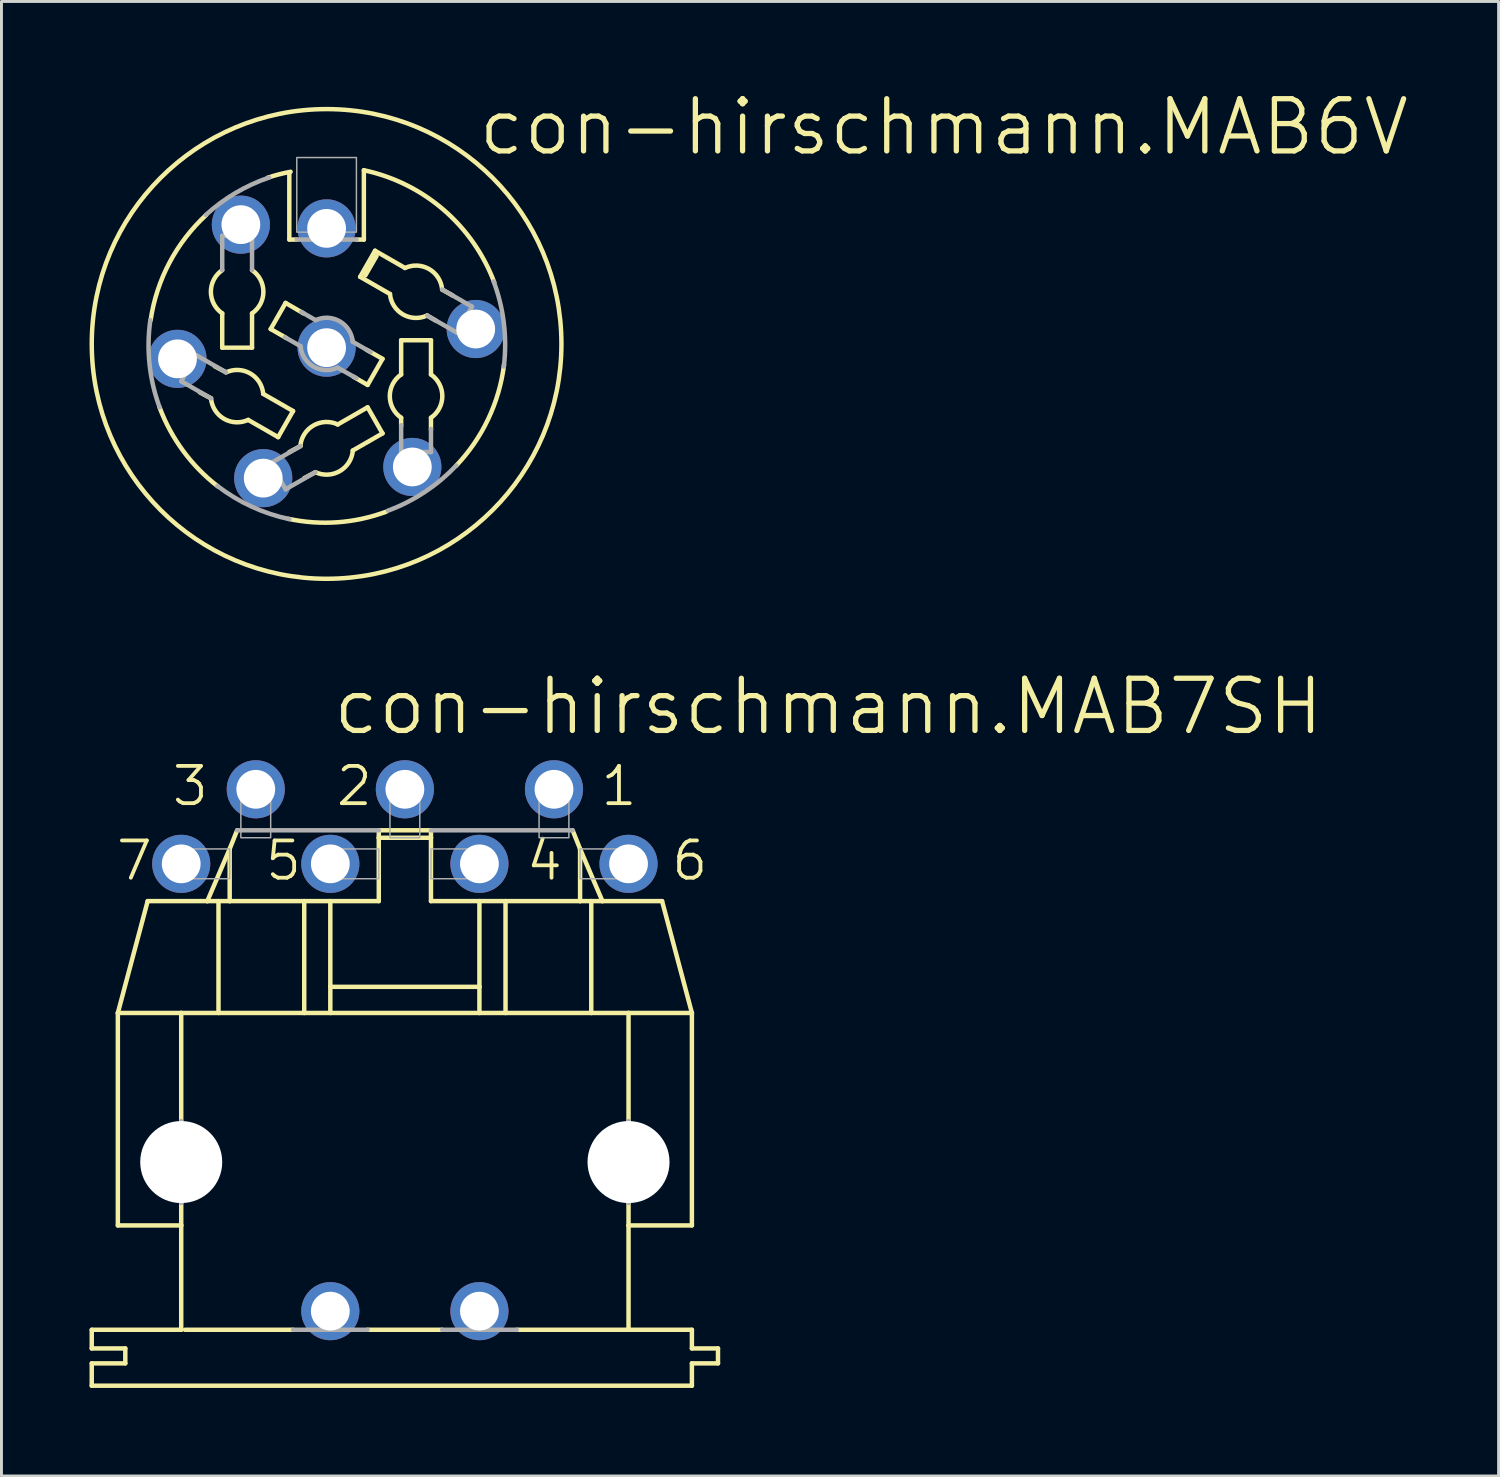
<source format=kicad_pcb>
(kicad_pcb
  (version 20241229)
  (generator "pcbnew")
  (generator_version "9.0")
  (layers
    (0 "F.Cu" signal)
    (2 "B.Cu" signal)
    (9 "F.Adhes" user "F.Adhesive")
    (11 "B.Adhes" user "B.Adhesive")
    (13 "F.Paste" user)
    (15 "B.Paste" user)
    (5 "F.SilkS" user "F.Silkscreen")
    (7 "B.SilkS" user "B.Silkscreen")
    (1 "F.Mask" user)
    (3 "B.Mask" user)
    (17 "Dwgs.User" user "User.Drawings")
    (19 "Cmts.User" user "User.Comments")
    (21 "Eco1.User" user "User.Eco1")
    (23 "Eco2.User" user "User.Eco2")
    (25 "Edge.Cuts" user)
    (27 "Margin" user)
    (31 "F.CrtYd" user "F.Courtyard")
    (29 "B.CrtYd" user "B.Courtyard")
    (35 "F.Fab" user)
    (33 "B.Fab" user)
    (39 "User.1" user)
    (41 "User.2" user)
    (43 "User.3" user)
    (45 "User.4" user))
  (footprint "con-hirschmann.MAB6V"
    (layer "F.Cu")
    (at 8.077 8.668)
    (property "Reference" "con-hirschmann.MAB6V" (at 5.08 -6.35 0) (layer "F.SilkS") (effects (font (size 1.778 1.778) (thickness 0.18)) (justify left bottom)))
    (attr through_hole)
    (fp_line (start -3.937 1.854) (end -4.318 1.651) (stroke (width 0.152) (type default)) (layer "F.SilkS"))
    (fp_line (start -3.81 0.762) (end -3.429 0.965) (stroke (width 0.152) (type default)) (layer "F.SilkS"))
    (fp_line (start -3.556 0.127) (end -3.556 -1.041) (stroke (width 0.152) (type default)) (layer "F.SilkS"))
    (fp_line (start -2.54 -1.041) (end -2.54 0.127) (stroke (width 0.152) (type default)) (layer "F.SilkS"))
    (fp_line (start -2.54 0.127) (end -3.556 0.127) (stroke (width 0.152) (type default)) (layer "F.SilkS"))
    (fp_line (start -2.159 1.702) (end -1.143 2.286) (stroke (width 0.152) (type default)) (layer "F.SilkS"))
    (fp_line (start -1.905 -0.508) (end -1.397 -1.397) (stroke (width 0.152) (type default)) (layer "F.SilkS"))
    (fp_line (start -1.651 3.175) (end -2.667 2.591) (stroke (width 0.152) (type default)) (layer "F.SilkS"))
    (fp_line (start -1.397 -1.397) (end -0.787 -1.041) (stroke (width 0.152) (type default)) (layer "F.SilkS"))
    (fp_line (start -1.372 -0.203) (end -1.905 -0.508) (stroke (width 0.152) (type default)) (layer "F.SilkS"))
    (fp_line (start -1.27 -5.842) (end -1.27 -3.556) (stroke (width 0.152) (type default)) (layer "F.SilkS"))
    (fp_line (start -1.27 3.683) (end -0.889 3.48) (stroke (width 0.152) (type default)) (layer "F.SilkS"))
    (fp_line (start -1.143 2.286) (end -1.651 3.175) (stroke (width 0.152) (type default)) (layer "F.SilkS"))
    (fp_line (start -1.016 -3.556) (end -1.27 -3.556) (stroke (width 0.152) (type default)) (layer "F.SilkS"))
    (fp_line (start -0.381 4.369) (end -0.762 4.572) (stroke (width 0.152) (type default)) (layer "F.SilkS"))
    (fp_line (start 0.381 2.743) (end 1.397 2.159) (stroke (width 0.152) (type default)) (layer "F.SilkS"))
    (fp_line (start 1.143 -2.286) (end 1.651 -3.175) (stroke (width 0.152) (type default)) (layer "F.SilkS"))
    (fp_line (start 1.27 -3.556) (end 1.016 -3.556) (stroke (width 0.152) (type default)) (layer "F.SilkS"))
    (fp_line (start 1.27 -3.556) (end 1.27 -5.918) (stroke (width 0.152) (type default)) (layer "F.SilkS"))
    (fp_line (start 1.321 -2.337) (end 1.702 -2.997) (stroke (width 0.152) (type default)) (layer "F.SilkS"))
    (fp_line (start 1.372 0.203) (end 1.905 0.508) (stroke (width 0.152) (type default)) (layer "F.SilkS"))
    (fp_line (start 1.397 1.397) (end 0.914 1.118) (stroke (width 0.152) (type default)) (layer "F.SilkS"))
    (fp_line (start 1.397 2.159) (end 1.905 3.048) (stroke (width 0.152) (type default)) (layer "F.SilkS"))
    (fp_line (start 1.651 -3.175) (end 2.667 -2.591) (stroke (width 0.152) (type default)) (layer "F.SilkS"))
    (fp_line (start 1.905 0.508) (end 1.397 1.397) (stroke (width 0.152) (type default)) (layer "F.SilkS"))
    (fp_line (start 1.905 3.048) (end 0.889 3.632) (stroke (width 0.152) (type default)) (layer "F.SilkS"))
    (fp_line (start 2.159 -1.702) (end 1.143 -2.286) (stroke (width 0.152) (type default)) (layer "F.SilkS"))
    (fp_line (start 2.54 -0.127) (end 3.556 -0.127) (stroke (width 0.152) (type default)) (layer "F.SilkS"))
    (fp_line (start 2.54 1.041) (end 2.54 -0.127) (stroke (width 0.152) (type default)) (layer "F.SilkS"))
    (fp_line (start 2.54 2.794) (end 2.54 2.515) (stroke (width 0.152) (type default)) (layer "F.SilkS"))
    (fp_line (start 3.556 -0.127) (end 3.556 1.041) (stroke (width 0.152) (type default)) (layer "F.SilkS"))
    (fp_line (start 3.556 2.515) (end 3.556 2.921) (stroke (width 0.152) (type default)) (layer "F.SilkS"))
    (fp_line (start 3.734 -0.787) (end 3.429 -0.965) (stroke (width 0.152) (type default)) (layer "F.SilkS"))
    (fp_line (start 3.937 -1.854) (end 4.293 -1.651) (stroke (width 0.152) (type default)) (layer "F.SilkS"))
    (fp_arc (start -5.9944 -0.8128) (mid -5.355503 -2.765458) (end -4.1032 -4.3942) (stroke (width 0.1524) (type default)) (layer "F.SilkS"))
    (fp_arc (start -3.7083 4.8513) (mid -4.885821 3.646243) (end -5.6889 2.1651) (stroke (width 0.1524) (type default)) (layer "F.SilkS"))
    (fp_arc (start -3.556 -1.0414) (mid -3.942785 -1.778) (end -3.556 -2.5146) (stroke (width 0.1524) (type default)) (layer "F.SilkS"))
    (fp_arc (start -3.4267 0.9701) (mid -2.601962 1.005229) (end -2.159 1.7018) (stroke (width 0.1524) (type default)) (layer "F.SilkS"))
    (fp_arc (start -2.6693 2.5859) (mid -3.494038 2.550771) (end -3.937 1.8542) (stroke (width 0.1524) (type default)) (layer "F.SilkS"))
    (fp_arc (start -2.54 -2.5146) (mid -2.153215 -1.778) (end -2.54 -1.0414) (stroke (width 0.1524) (type default)) (layer "F.SilkS"))
    (fp_arc (start -2.0066 -5.6642) (mid -1.620388 -5.777769) (end -1.2275 -5.8655) (stroke (width 0.1524) (type default)) (layer "F.SilkS"))
    (fp_arc (start -0.8944 3.4793) (mid -0.448732 2.778527) (end 0.381 2.7432) (stroke (width 0.1524) (type default)) (layer "F.SilkS"))
    (fp_arc (start 0.8944 3.6327) (mid 0.448732 4.333473) (end -0.381 4.3688) (stroke (width 0.1524) (type default)) (layer "F.SilkS"))
    (fp_arc (start 1.27 -5.9182) (mid 3.981703 -4.573874) (end 5.714 -2.092) (stroke (width 0.1524) (type default)) (layer "F.SilkS"))
    (fp_arc (start 2.032 5.715) (mid 0.377411 6.075138) (end -1.3117 5.9557) (stroke (width 0.1524) (type default)) (layer "F.SilkS"))
    (fp_arc (start 2.54 2.5146) (mid 2.153215 1.778) (end 2.54 1.0414) (stroke (width 0.1524) (type default)) (layer "F.SilkS"))
    (fp_arc (start 2.6693 -2.5859) (mid 3.494038 -2.550771) (end 3.937 -1.8542) (stroke (width 0.1524) (type default)) (layer "F.SilkS"))
    (fp_arc (start 3.4267 -0.9701) (mid 2.601962 -1.005229) (end 2.159 -1.7018) (stroke (width 0.1524) (type default)) (layer "F.SilkS"))
    (fp_arc (start 3.556 1.0414) (mid 3.942785 1.778) (end 3.556 2.5146) (stroke (width 0.1524) (type default)) (layer "F.SilkS"))
    (fp_arc (start 6.0452 0.7112) (mid 5.504351 2.5621) (end 4.4122 4.1513) (stroke (width 0.1524) (type default)) (layer "F.SilkS"))
    (fp_circle (center 0 0) (end 8.001 0) (stroke (width 0.152) (type default)) (fill no) (layer "F.SilkS"))
    (fp_line (start -4.953 1.27) (end -4.445 0.381) (stroke (width 0.152) (type default)) (layer "F.Fab"))
    (fp_line (start -4.445 0.381) (end -3.429 0.965) (stroke (width 0.152) (type default)) (layer "F.Fab"))
    (fp_line (start -3.937 1.854) (end -4.953 1.27) (stroke (width 0.152) (type default)) (layer "F.Fab"))
    (fp_line (start -3.556 -3.683) (end -2.54 -3.683) (stroke (width 0.152) (type default)) (layer "F.Fab"))
    (fp_line (start -3.556 -2.515) (end -3.556 -3.683) (stroke (width 0.152) (type default)) (layer "F.Fab"))
    (fp_line (start -2.54 -3.683) (end -2.54 -2.515) (stroke (width 0.152) (type default)) (layer "F.Fab"))
    (fp_line (start -1.905 4.064) (end -0.889 3.48) (stroke (width 0.152) (type default)) (layer "F.Fab"))
    (fp_line (start -1.397 4.953) (end -1.905 4.064) (stroke (width 0.152) (type default)) (layer "F.Fab"))
    (fp_line (start -1.016 -3.556) (end 1.016 -3.556) (stroke (width 0.152) (type default)) (layer "F.Fab"))
    (fp_line (start -0.889 0.076) (end -1.422 -0.229) (stroke (width 0.152) (type default)) (layer "F.Fab"))
    (fp_line (start -0.864 -1.092) (end -0.381 -0.813) (stroke (width 0.152) (type default)) (layer "F.Fab"))
    (fp_line (start -0.381 4.369) (end -1.397 4.953) (stroke (width 0.152) (type default)) (layer "F.Fab"))
    (fp_line (start 0.889 -0.076) (end 1.499 0.279) (stroke (width 0.152) (type default)) (layer "F.Fab"))
    (fp_line (start 1.016 1.168) (end 0.381 0.813) (stroke (width 0.152) (type default)) (layer "F.Fab"))
    (fp_line (start 2.54 3.683) (end 2.54 2.769) (stroke (width 0.152) (type default)) (layer "F.Fab"))
    (fp_line (start 3.556 2.896) (end 3.556 3.683) (stroke (width 0.152) (type default)) (layer "F.Fab"))
    (fp_line (start 3.556 3.683) (end 2.54 3.683) (stroke (width 0.152) (type default)) (layer "F.Fab"))
    (fp_line (start 3.937 -1.854) (end 4.953 -1.27) (stroke (width 0.152) (type default)) (layer "F.Fab"))
    (fp_line (start 4.445 -0.381) (end 3.429 -0.965) (stroke (width 0.152) (type default)) (layer "F.Fab"))
    (fp_line (start 4.953 -1.27) (end 4.445 -0.381) (stroke (width 0.152) (type default)) (layer "F.Fab"))
    (fp_rect (start -1.016 -3.81) (end 1.016 -6.35) (stroke (width 0.05) (type default)) (fill no) (layer "F.Fab"))
    (fp_arc (start -5.6895 2.159) (mid -6.031787 0.695684) (end -6.0054 -0.8069) (stroke (width 0.1524) (type default)) (layer "F.Fab"))
    (fp_arc (start -4.1148 -4.3942) (mid -3.102582 -5.144164) (end -1.9578 -5.67) (stroke (width 0.1524) (type default)) (layer "F.Fab"))
    (fp_arc (start -1.27 5.969) (mid -2.558773 5.540267) (end -3.7208 4.8371) (stroke (width 0.1524) (type default)) (layer "F.Fab"))
    (fp_arc (start -0.3787 -0.8079) (mid 0.446038 -0.772771) (end 0.889 -0.0762) (stroke (width 0.1524) (type default)) (layer "F.Fab"))
    (fp_arc (start 0.3787 0.8079) (mid -0.446038 0.772771) (end -0.889 0.0762) (stroke (width 0.1524) (type default)) (layer "F.Fab"))
    (fp_arc (start 4.4196 4.1402) (mid 3.345063 5.044542) (end 2.0924 5.6796) (stroke (width 0.1524) (type default)) (layer "F.Fab"))
    (fp_arc (start 5.6896 -2.1336) (mid 6.040101 -0.70402) (end 6.0385 0.7679) (stroke (width 0.1524) (type default)) (layer "F.Fab"))
    (pad "1" thru_hole circle (at 5.08 -0.508) (size 1.981 1.981) (drill 1.321) (layers "*.Cu" "*.Mask"))
    (pad "2" thru_hole circle (at 2.921 4.191) (size 1.981 1.981) (drill 1.321) (layers "*.Cu" "*.Mask"))
    (pad "3" thru_hole circle (at -2.159 4.572) (size 1.981 1.981) (drill 1.321) (layers "*.Cu" "*.Mask"))
    (pad "4" thru_hole circle (at -5.08 0.508) (size 1.981 1.981) (drill 1.321) (layers "*.Cu" "*.Mask"))
    (pad "5" thru_hole circle (at -2.921 -4.064) (size 1.981 1.981) (drill 1.321) (layers "*.Cu" "*.Mask"))
    (pad "6" thru_hole circle (at 0 0.127) (size 1.981 1.981) (drill 1.321) (layers "*.Cu" "*.Mask"))
    (pad "PE" thru_hole circle (at 0 -3.937) (size 1.981 1.981) (drill 1.321) (layers "*.Cu" "*.Mask")))
  (footprint "con-hirschmann.MAB7SH"
    (layer "F.Cu")
    (at 10.744 36.541)
    (property "Reference" "con-hirschmann.MAB7SH" (at -2.54 -14.478 0) (layer "F.SilkS") (effects (font (size 1.778 1.778) (thickness 0.18)) (justify left bottom)))
    (attr through_hole)
    (fp_line (start -10.668 6.35) (end -10.668 5.715) (stroke (width 0.152) (type default)) (layer "F.SilkS"))
    (fp_line (start -10.668 6.35) (end -9.525 6.35) (stroke (width 0.152) (type default)) (layer "F.SilkS"))
    (fp_line (start -10.668 7.62) (end -10.668 6.858) (stroke (width 0.152) (type default)) (layer "F.SilkS"))
    (fp_line (start -10.668 7.62) (end 9.779 7.62) (stroke (width 0.152) (type default)) (layer "F.SilkS"))
    (fp_line (start -9.779 2.159) (end -9.779 -5.08) (stroke (width 0.152) (type default)) (layer "F.SilkS"))
    (fp_line (start -9.779 2.159) (end -7.62 2.159) (stroke (width 0.152) (type default)) (layer "F.SilkS"))
    (fp_line (start -9.525 6.858) (end -10.668 6.858) (stroke (width 0.152) (type default)) (layer "F.SilkS"))
    (fp_line (start -9.525 6.858) (end -9.525 6.35) (stroke (width 0.152) (type default)) (layer "F.SilkS"))
    (fp_line (start -8.763 -8.89) (end -9.779 -5.08) (stroke (width 0.152) (type default)) (layer "F.SilkS"))
    (fp_line (start -8.763 -8.89) (end -6.731 -8.89) (stroke (width 0.152) (type default)) (layer "F.SilkS"))
    (fp_line (start -7.62 -5.08) (end -9.779 -5.08) (stroke (width 0.152) (type default)) (layer "F.SilkS"))
    (fp_line (start -7.62 -5.08) (end -7.62 -1.397) (stroke (width 0.152) (type default)) (layer "F.SilkS"))
    (fp_line (start -7.62 2.159) (end -7.62 1.397) (stroke (width 0.152) (type default)) (layer "F.SilkS"))
    (fp_line (start -7.62 5.715) (end -10.668 5.715) (stroke (width 0.152) (type default)) (layer "F.SilkS"))
    (fp_line (start -7.62 5.715) (end -7.62 2.159) (stroke (width 0.152) (type default)) (layer "F.SilkS"))
    (fp_line (start -7.493 5.715) (end -3.81 5.715) (stroke (width 0.152) (type default)) (layer "F.SilkS"))
    (fp_line (start -6.731 -8.89) (end -5.969 -10.668) (stroke (width 0.152) (type default)) (layer "F.SilkS"))
    (fp_line (start -6.35 -8.89) (end -6.731 -8.89) (stroke (width 0.152) (type default)) (layer "F.SilkS"))
    (fp_line (start -6.35 -8.89) (end -6.35 -5.08) (stroke (width 0.152) (type default)) (layer "F.SilkS"))
    (fp_line (start -6.35 -5.08) (end -7.62 -5.08) (stroke (width 0.152) (type default)) (layer "F.SilkS"))
    (fp_line (start -5.969 -10.668) (end -5.969 -8.89) (stroke (width 0.152) (type default)) (layer "F.SilkS"))
    (fp_line (start -5.969 -10.668) (end -5.715 -11.303) (stroke (width 0.152) (type default)) (layer "F.SilkS"))
    (fp_line (start -5.969 -8.89) (end -6.35 -8.89) (stroke (width 0.152) (type default)) (layer "F.SilkS"))
    (fp_line (start -3.429 -8.89) (end -5.969 -8.89) (stroke (width 0.152) (type default)) (layer "F.SilkS"))
    (fp_line (start -3.429 -8.89) (end -3.429 -5.08) (stroke (width 0.152) (type default)) (layer "F.SilkS"))
    (fp_line (start -3.429 -5.08) (end -6.35 -5.08) (stroke (width 0.152) (type default)) (layer "F.SilkS"))
    (fp_line (start -2.54 -8.89) (end -3.429 -8.89) (stroke (width 0.152) (type default)) (layer "F.SilkS"))
    (fp_line (start -2.54 -8.89) (end -2.54 -5.969) (stroke (width 0.152) (type default)) (layer "F.SilkS"))
    (fp_line (start -2.54 -8.89) (end -0.889 -8.89) (stroke (width 0.152) (type default)) (layer "F.SilkS"))
    (fp_line (start -2.54 -5.969) (end -2.54 -5.08) (stroke (width 0.152) (type default)) (layer "F.SilkS"))
    (fp_line (start -2.54 -5.969) (end 2.54 -5.969) (stroke (width 0.152) (type default)) (layer "F.SilkS"))
    (fp_line (start -2.54 -5.08) (end -3.429 -5.08) (stroke (width 0.152) (type default)) (layer "F.SilkS"))
    (fp_line (start -1.27 5.715) (end 1.27 5.715) (stroke (width 0.152) (type default)) (layer "F.SilkS"))
    (fp_line (start -0.889 -11.049) (end -0.889 -11.303) (stroke (width 0.152) (type default)) (layer "F.SilkS"))
    (fp_line (start -0.889 -11.049) (end 0.889 -11.049) (stroke (width 0.152) (type default)) (layer "F.SilkS"))
    (fp_line (start -0.889 -8.89) (end -0.889 -11.049) (stroke (width 0.152) (type default)) (layer "F.SilkS"))
    (fp_line (start 0.889 -11.303) (end -0.889 -11.303) (stroke (width 0.152) (type default)) (layer "F.SilkS"))
    (fp_line (start 0.889 -11.303) (end 0.889 -11.049) (stroke (width 0.152) (type default)) (layer "F.SilkS"))
    (fp_line (start 0.889 -11.049) (end 0.889 -8.89) (stroke (width 0.152) (type default)) (layer "F.SilkS"))
    (fp_line (start 2.54 -8.89) (end 0.889 -8.89) (stroke (width 0.152) (type default)) (layer "F.SilkS"))
    (fp_line (start 2.54 -8.89) (end 2.54 -5.969) (stroke (width 0.152) (type default)) (layer "F.SilkS"))
    (fp_line (start 2.54 -5.969) (end 2.54 -5.08) (stroke (width 0.152) (type default)) (layer "F.SilkS"))
    (fp_line (start 2.54 -5.08) (end -2.54 -5.08) (stroke (width 0.152) (type default)) (layer "F.SilkS"))
    (fp_line (start 3.429 -8.89) (end 2.54 -8.89) (stroke (width 0.152) (type default)) (layer "F.SilkS"))
    (fp_line (start 3.429 -8.89) (end 3.429 -5.08) (stroke (width 0.152) (type default)) (layer "F.SilkS"))
    (fp_line (start 3.429 -5.08) (end 2.54 -5.08) (stroke (width 0.152) (type default)) (layer "F.SilkS"))
    (fp_line (start 3.81 5.715) (end 7.62 5.715) (stroke (width 0.152) (type default)) (layer "F.SilkS"))
    (fp_line (start 5.715 -11.303) (end 5.969 -10.668) (stroke (width 0.152) (type default)) (layer "F.SilkS"))
    (fp_line (start 5.969 -10.668) (end 5.969 -8.89) (stroke (width 0.152) (type default)) (layer "F.SilkS"))
    (fp_line (start 5.969 -10.668) (end 6.731 -8.89) (stroke (width 0.152) (type default)) (layer "F.SilkS"))
    (fp_line (start 5.969 -8.89) (end 3.429 -8.89) (stroke (width 0.152) (type default)) (layer "F.SilkS"))
    (fp_line (start 6.35 -8.89) (end 5.969 -8.89) (stroke (width 0.152) (type default)) (layer "F.SilkS"))
    (fp_line (start 6.35 -8.89) (end 6.35 -5.08) (stroke (width 0.152) (type default)) (layer "F.SilkS"))
    (fp_line (start 6.35 -5.08) (end 3.429 -5.08) (stroke (width 0.152) (type default)) (layer "F.SilkS"))
    (fp_line (start 6.731 -8.89) (end 6.35 -8.89) (stroke (width 0.152) (type default)) (layer "F.SilkS"))
    (fp_line (start 7.62 -5.08) (end 6.35 -5.08) (stroke (width 0.152) (type default)) (layer "F.SilkS"))
    (fp_line (start 7.62 -5.08) (end 7.62 -1.397) (stroke (width 0.152) (type default)) (layer "F.SilkS"))
    (fp_line (start 7.62 2.159) (end 7.62 1.397) (stroke (width 0.152) (type default)) (layer "F.SilkS"))
    (fp_line (start 7.62 5.715) (end 7.62 2.159) (stroke (width 0.152) (type default)) (layer "F.SilkS"))
    (fp_line (start 8.763 -8.89) (end 6.731 -8.89) (stroke (width 0.152) (type default)) (layer "F.SilkS"))
    (fp_line (start 8.763 -8.89) (end 9.779 -5.08) (stroke (width 0.152) (type default)) (layer "F.SilkS"))
    (fp_line (start 9.779 -5.08) (end 7.62 -5.08) (stroke (width 0.152) (type default)) (layer "F.SilkS"))
    (fp_line (start 9.779 2.159) (end 7.62 2.159) (stroke (width 0.152) (type default)) (layer "F.SilkS"))
    (fp_line (start 9.779 2.159) (end 9.779 -5.08) (stroke (width 0.152) (type default)) (layer "F.SilkS"))
    (fp_line (start 9.779 5.715) (end 7.62 5.715) (stroke (width 0.152) (type default)) (layer "F.SilkS"))
    (fp_line (start 9.779 5.715) (end 9.779 6.35) (stroke (width 0.152) (type default)) (layer "F.SilkS"))
    (fp_line (start 9.779 7.62) (end 9.779 6.858) (stroke (width 0.152) (type default)) (layer "F.SilkS"))
    (fp_line (start 10.668 6.35) (end 9.779 6.35) (stroke (width 0.152) (type default)) (layer "F.SilkS"))
    (fp_line (start 10.668 6.858) (end 9.779 6.858) (stroke (width 0.152) (type default)) (layer "F.SilkS"))
    (fp_line (start 10.668 6.858) (end 10.668 6.35) (stroke (width 0.152) (type default)) (layer "F.SilkS"))
    (fp_line (start -7.62 -1.397) (end -7.62 1.397) (stroke (width 0.152) (type default)) (layer "F.Fab"))
    (fp_line (start -1.27 5.715) (end -3.81 5.715) (stroke (width 0.152) (type default)) (layer "F.Fab"))
    (fp_line (start -0.889 -11.303) (end -5.715 -11.303) (stroke (width 0.152) (type default)) (layer "F.Fab"))
    (fp_line (start 3.81 5.715) (end 1.27 5.715) (stroke (width 0.152) (type default)) (layer "F.Fab"))
    (fp_line (start 5.715 -11.303) (end 0.889 -11.303) (stroke (width 0.152) (type default)) (layer "F.Fab"))
    (fp_line (start 7.62 -1.397) (end 7.62 1.397) (stroke (width 0.152) (type default)) (layer "F.Fab"))
    (fp_rect (start -8.001 -9.652) (end -5.969 -10.668) (stroke (width 0.05) (type default)) (fill no) (layer "F.Fab"))
    (fp_rect (start -5.588 -11.049) (end -4.572 -13.081) (stroke (width 0.05) (type default)) (fill no) (layer "F.Fab"))
    (fp_rect (start -2.921 -9.652) (end -0.889 -10.668) (stroke (width 0.05) (type default)) (fill no) (layer "F.Fab"))
    (fp_rect (start -0.508 -11.049) (end 0.508 -13.081) (stroke (width 0.05) (type default)) (fill no) (layer "F.Fab"))
    (fp_rect (start 0.889 -9.652) (end 2.921 -10.668) (stroke (width 0.05) (type default)) (fill no) (layer "F.Fab"))
    (fp_rect (start 4.572 -11.049) (end 5.588 -13.081) (stroke (width 0.05) (type default)) (fill no) (layer "F.Fab"))
    (fp_rect (start 5.969 -9.652) (end 8.001 -10.668) (stroke (width 0.05) (type default)) (fill no) (layer "F.Fab"))
    (fp_text user "3" (at -8.001 -12.065 0) (layer "F.SilkS") (effects (font (size 1.27 1.27) (thickness 0.13)) (justify left bottom)))
    (fp_text user "2" (at -2.413 -12.065 0) (layer "F.SilkS") (effects (font (size 1.27 1.27) (thickness 0.13)) (justify left bottom)))
    (fp_text user "4" (at 4.064 -9.525 0) (layer "F.SilkS") (effects (font (size 1.27 1.27) (thickness 0.13)) (justify left bottom)))
    (fp_text user "7" (at -9.906 -9.525 0) (layer "F.SilkS") (effects (font (size 1.27 1.27) (thickness 0.13)) (justify left bottom)))
    (fp_text user "6" (at 9.017 -9.525 0) (layer "F.SilkS") (effects (font (size 1.27 1.27) (thickness 0.13)) (justify left bottom)))
    (fp_text user "5" (at -4.826 -9.525 0) (layer "F.SilkS") (effects (font (size 1.27 1.27) (thickness 0.13)) (justify left bottom)))
    (fp_text user "1" (at 6.604 -12.065 0) (layer "F.SilkS") (effects (font (size 1.27 1.27) (thickness 0.13)) (justify left bottom)))
    (pad "" np_thru_hole circle (at -7.62 0) (size 2.794 2.794) (drill 2.794) (layers "*.Cu" "*.Mask"))
    (pad "" np_thru_hole circle (at 7.62 0) (size 2.794 2.794) (drill 2.794) (layers "*.Cu" "*.Mask"))
    (pad "1" thru_hole circle (at 5.08 -12.7) (size 1.981 1.981) (drill 1.321) (layers "*.Cu" "*.Mask"))
    (pad "2" thru_hole circle (at 0 -12.7) (size 1.981 1.981) (drill 1.321) (layers "*.Cu" "*.Mask"))
    (pad "3" thru_hole circle (at -5.08 -12.7) (size 1.981 1.981) (drill 1.321) (layers "*.Cu" "*.Mask"))
    (pad "4" thru_hole circle (at 2.54 -10.16) (size 1.981 1.981) (drill 1.321) (layers "*.Cu" "*.Mask"))
    (pad "5" thru_hole circle (at -2.54 -10.16) (size 1.981 1.981) (drill 1.321) (layers "*.Cu" "*.Mask"))
    (pad "6" thru_hole circle (at 7.62 -10.16) (size 1.981 1.981) (drill 1.321) (layers "*.Cu" "*.Mask"))
    (pad "7" thru_hole circle (at -7.62 -10.16) (size 1.981 1.981) (drill 1.321) (layers "*.Cu" "*.Mask"))
    (pad "PE" thru_hole circle (at -2.54 5.08) (size 1.981 1.981) (drill 1.321) (layers "*.Cu" "*.Mask"))
    (pad "PE@" thru_hole circle (at 2.54 5.08) (size 1.981 1.981) (drill 1.321) (layers "*.Cu" "*.Mask")))
  (gr_rect
    (start -3 -3)
    (end 48.007 47.237)
    (stroke (width 0.1) (type default))
    (fill no)
    (layer "Edge.Cuts")))
</source>
